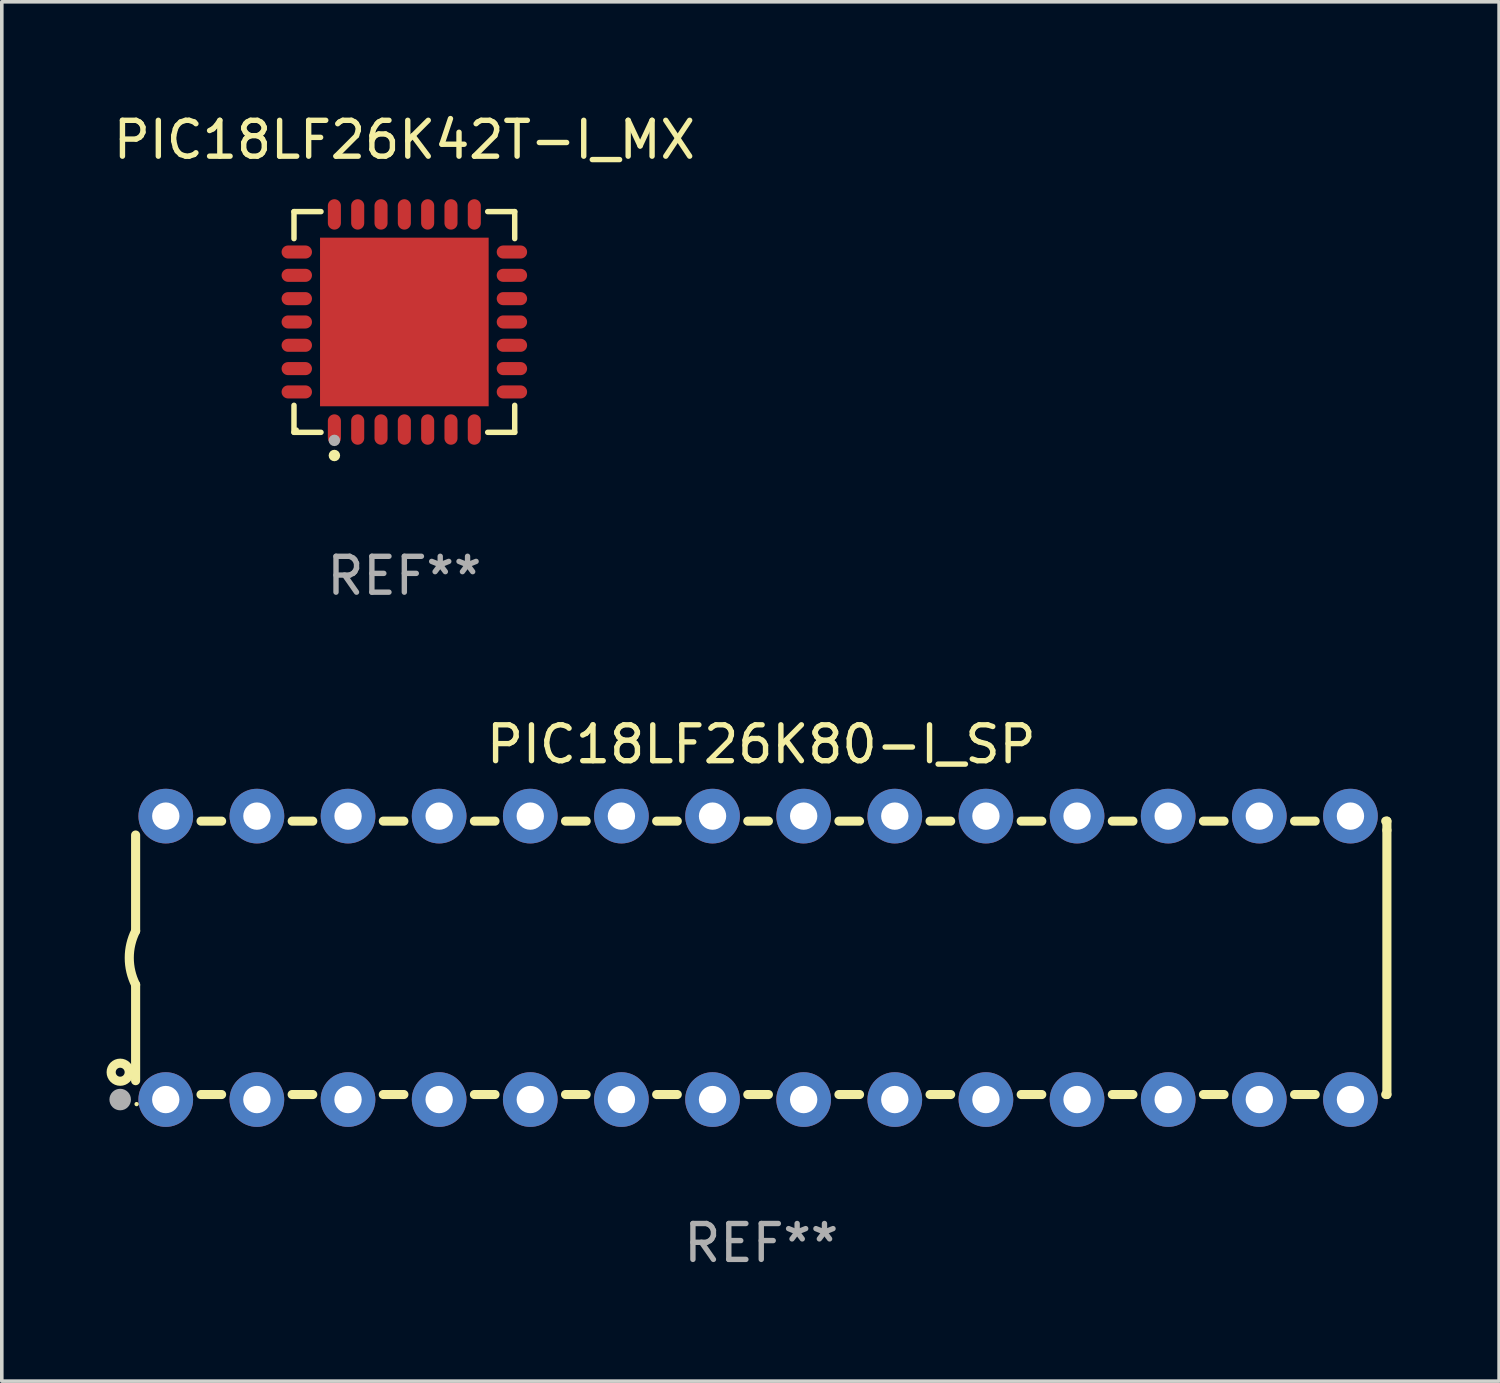
<source format=kicad_pcb>
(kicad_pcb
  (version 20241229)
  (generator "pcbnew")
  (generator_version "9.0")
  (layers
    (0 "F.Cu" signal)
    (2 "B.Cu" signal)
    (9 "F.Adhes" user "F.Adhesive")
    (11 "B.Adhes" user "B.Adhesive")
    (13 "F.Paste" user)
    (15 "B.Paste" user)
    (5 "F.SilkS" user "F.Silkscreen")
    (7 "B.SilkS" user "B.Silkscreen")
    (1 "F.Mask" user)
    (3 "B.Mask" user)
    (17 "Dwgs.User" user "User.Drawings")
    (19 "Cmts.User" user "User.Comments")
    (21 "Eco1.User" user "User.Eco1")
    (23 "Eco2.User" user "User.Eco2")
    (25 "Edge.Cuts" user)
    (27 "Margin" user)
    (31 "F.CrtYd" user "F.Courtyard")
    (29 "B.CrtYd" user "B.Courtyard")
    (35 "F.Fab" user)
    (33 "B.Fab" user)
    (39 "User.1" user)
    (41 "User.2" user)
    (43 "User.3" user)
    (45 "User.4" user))
  (footprint "PIC18LF26K42T-I_MX"
    (layer "F.Cu")
    (at 8.22 5.924)
    (property "Reference" "PIC18LF26K42T-I_MX" (at 0 -5.076 0) (layer "F.SilkS") (effects (font (size 1 1) (thickness 0.15))))
    (attr through_hole)
    (fp_line (start -3.076 -3.076) (end -2.323 -3.076) (stroke (width 0.152) (type solid)) (layer "F.SilkS"))
    (fp_line (start -3.076 -2.323) (end -3.076 -3.076) (stroke (width 0.152) (type solid)) (layer "F.SilkS"))
    (fp_line (start -3.076 2.323) (end -3.076 3.076) (stroke (width 0.152) (type solid)) (layer "F.SilkS"))
    (fp_line (start -3.076 3.076) (end -2.323 3.076) (stroke (width 0.152) (type solid)) (layer "F.SilkS"))
    (fp_line (start 3.076 -3.076) (end 2.323 -3.076) (stroke (width 0.152) (type solid)) (layer "F.SilkS"))
    (fp_line (start 3.076 -2.323) (end 3.076 -3.076) (stroke (width 0.152) (type solid)) (layer "F.SilkS"))
    (fp_line (start 3.076 2.323) (end 3.076 3.076) (stroke (width 0.152) (type solid)) (layer "F.SilkS"))
    (fp_line (start 3.076 3.076) (end 2.323 3.076) (stroke (width 0.152) (type solid)) (layer "F.SilkS"))
    (fp_circle (center -3 3) (end -2.97 3) (stroke (width 0.06) (type solid)) (fill no) (layer "F.SilkS"))
    (fp_circle (center -1.95 3.722) (end -1.87 3.722) (stroke (width 0.16) (type solid)) (fill no) (layer "F.SilkS"))
    (fp_circle (center -1.95 3.3) (end -1.87 3.3) (stroke (width 0.16) (type solid)) (fill no) (layer "F.Fab"))
    (fp_text user "REF**" (at 0 7.076 0) (layer "F.Fab") (effects (font (size 1 1) (thickness 0.15))))
    (pad "1" smd oval (at -1.95 2.998) (size 0.364 0.847) (layers "F.Cu" "F.Mask" "F.Paste"))
    (pad "2" smd oval (at -1.3 2.998) (size 0.364 0.847) (layers "F.Cu" "F.Mask" "F.Paste"))
    (pad "3" smd oval (at -0.65 2.998) (size 0.364 0.847) (layers "F.Cu" "F.Mask" "F.Paste"))
    (pad "4" smd oval (at 0 2.998) (size 0.364 0.847) (layers "F.Cu" "F.Mask" "F.Paste"))
    (pad "5" smd oval (at 0.65 2.998) (size 0.364 0.847) (layers "F.Cu" "F.Mask" "F.Paste"))
    (pad "6" smd oval (at 1.3 2.998) (size 0.364 0.847) (layers "F.Cu" "F.Mask" "F.Paste"))
    (pad "7" smd oval (at 1.95 2.998) (size 0.364 0.847) (layers "F.Cu" "F.Mask" "F.Paste"))
    (pad "8" smd oval (at 2.998 1.95) (size 0.847 0.364) (layers "F.Cu" "F.Mask" "F.Paste"))
    (pad "9" smd oval (at 2.998 1.3) (size 0.847 0.364) (layers "F.Cu" "F.Mask" "F.Paste"))
    (pad "10" smd oval (at 2.998 0.65) (size 0.847 0.364) (layers "F.Cu" "F.Mask" "F.Paste"))
    (pad "11" smd oval (at 2.998 0) (size 0.847 0.364) (layers "F.Cu" "F.Mask" "F.Paste"))
    (pad "12" smd oval (at 2.998 -0.65) (size 0.847 0.364) (layers "F.Cu" "F.Mask" "F.Paste"))
    (pad "13" smd oval (at 2.998 -1.3) (size 0.847 0.364) (layers "F.Cu" "F.Mask" "F.Paste"))
    (pad "14" smd oval (at 2.998 -1.95) (size 0.847 0.364) (layers "F.Cu" "F.Mask" "F.Paste"))
    (pad "15" smd oval (at 1.95 -2.998) (size 0.364 0.847) (layers "F.Cu" "F.Mask" "F.Paste"))
    (pad "16" smd oval (at 1.3 -2.998) (size 0.364 0.847) (layers "F.Cu" "F.Mask" "F.Paste"))
    (pad "17" smd oval (at 0.65 -2.998) (size 0.364 0.847) (layers "F.Cu" "F.Mask" "F.Paste"))
    (pad "18" smd oval (at 0 -2.998) (size 0.364 0.847) (layers "F.Cu" "F.Mask" "F.Paste"))
    (pad "19" smd oval (at -0.65 -2.998) (size 0.364 0.847) (layers "F.Cu" "F.Mask" "F.Paste"))
    (pad "20" smd oval (at -1.3 -2.998) (size 0.364 0.847) (layers "F.Cu" "F.Mask" "F.Paste"))
    (pad "21" smd oval (at -1.95 -2.998) (size 0.364 0.847) (layers "F.Cu" "F.Mask" "F.Paste"))
    (pad "22" smd oval (at -2.998 -1.95) (size 0.847 0.364) (layers "F.Cu" "F.Mask" "F.Paste"))
    (pad "23" smd oval (at -2.998 -1.3) (size 0.847 0.364) (layers "F.Cu" "F.Mask" "F.Paste"))
    (pad "24" smd oval (at -2.998 -0.65) (size 0.847 0.364) (layers "F.Cu" "F.Mask" "F.Paste"))
    (pad "25" smd oval (at -2.998 0) (size 0.847 0.364) (layers "F.Cu" "F.Mask" "F.Paste"))
    (pad "26" smd oval (at -2.998 0.65) (size 0.847 0.364) (layers "F.Cu" "F.Mask" "F.Paste"))
    (pad "27" smd oval (at -2.998 1.3) (size 0.847 0.364) (layers "F.Cu" "F.Mask" "F.Paste"))
    (pad "28" smd oval (at -2.998 1.95) (size 0.847 0.364) (layers "F.Cu" "F.Mask" "F.Paste"))
    (pad "29" smd rect (at 0 0) (size 4.7 4.7) (layers "F.Cu" "F.Mask" "F.Paste")))
  (footprint "PIC18LF26K80-I_SP"
    (layer "F.Cu")
    (at 18.168 23.647)
    (property "Reference" "PIC18LF26K80-I_SP" (at 0 -5.95 0) (layer "F.SilkS") (effects (font (size 1 1) (thickness 0.15))))
    (attr through_hole)
    (fp_line (start -17.438 0.75) (end -17.438 3.423) (stroke (width 0.254) (type solid)) (layer "F.SilkS"))
    (fp_line (start -17.438 -3.423) (end -17.438 -0.75) (stroke (width 0.254) (type solid)) (layer "F.SilkS"))
    (fp_line (start -15.615 3.81) (end -15.041 3.81) (stroke (width 0.254) (type solid)) (layer "F.SilkS"))
    (fp_line (start -15.041 -3.81) (end -15.614 -3.81) (stroke (width 0.254) (type solid)) (layer "F.SilkS"))
    (fp_line (start -13.075 3.81) (end -12.501 3.81) (stroke (width 0.254) (type solid)) (layer "F.SilkS"))
    (fp_line (start -12.501 -3.81) (end -13.074 -3.81) (stroke (width 0.254) (type solid)) (layer "F.SilkS"))
    (fp_line (start -10.535 3.81) (end -9.961 3.81) (stroke (width 0.254) (type solid)) (layer "F.SilkS"))
    (fp_line (start -9.961 -3.81) (end -10.534 -3.81) (stroke (width 0.254) (type solid)) (layer "F.SilkS"))
    (fp_line (start -7.995 3.81) (end -7.421 3.81) (stroke (width 0.254) (type solid)) (layer "F.SilkS"))
    (fp_line (start -7.421 -3.81) (end -7.995 -3.81) (stroke (width 0.254) (type solid)) (layer "F.SilkS"))
    (fp_line (start -5.455 3.81) (end -4.881 3.81) (stroke (width 0.254) (type solid)) (layer "F.SilkS"))
    (fp_line (start -4.881 -3.81) (end -5.455 -3.81) (stroke (width 0.254) (type solid)) (layer "F.SilkS"))
    (fp_line (start -2.915 3.81) (end -2.341 3.81) (stroke (width 0.254) (type solid)) (layer "F.SilkS"))
    (fp_line (start -2.341 -3.81) (end -2.915 -3.81) (stroke (width 0.254) (type solid)) (layer "F.SilkS"))
    (fp_line (start -0.375 3.81) (end 0.199 3.81) (stroke (width 0.254) (type solid)) (layer "F.SilkS"))
    (fp_line (start 0.199 -3.81) (end -0.375 -3.81) (stroke (width 0.254) (type solid)) (layer "F.SilkS"))
    (fp_line (start 2.165 3.81) (end 2.739 3.81) (stroke (width 0.254) (type solid)) (layer "F.SilkS"))
    (fp_line (start 2.739 -3.81) (end 2.165 -3.81) (stroke (width 0.254) (type solid)) (layer "F.SilkS"))
    (fp_line (start 4.705 3.81) (end 5.279 3.81) (stroke (width 0.254) (type solid)) (layer "F.SilkS"))
    (fp_line (start 5.279 -3.81) (end 4.705 -3.81) (stroke (width 0.254) (type solid)) (layer "F.SilkS"))
    (fp_line (start 7.245 3.81) (end 7.819 3.81) (stroke (width 0.254) (type solid)) (layer "F.SilkS"))
    (fp_line (start 7.819 -3.81) (end 7.245 -3.81) (stroke (width 0.254) (type solid)) (layer "F.SilkS"))
    (fp_line (start 9.785 3.81) (end 10.359 3.81) (stroke (width 0.254) (type solid)) (layer "F.SilkS"))
    (fp_line (start 10.359 -3.81) (end 9.785 -3.81) (stroke (width 0.254) (type solid)) (layer "F.SilkS"))
    (fp_line (start 12.325 3.81) (end 12.899 3.81) (stroke (width 0.254) (type solid)) (layer "F.SilkS"))
    (fp_line (start 12.899 -3.81) (end 12.325 -3.81) (stroke (width 0.254) (type solid)) (layer "F.SilkS"))
    (fp_line (start 14.865 3.81) (end 15.439 3.81) (stroke (width 0.254) (type solid)) (layer "F.SilkS"))
    (fp_line (start 15.439 -3.81) (end 14.865 -3.81) (stroke (width 0.254) (type solid)) (layer "F.SilkS"))
    (fp_line (start 17.405 3.81) (end 17.438 3.81) (stroke (width 0.254) (type solid)) (layer "F.SilkS"))
    (fp_line (start 17.438 -3.81) (end 17.405 -3.81) (stroke (width 0.254) (type solid)) (layer "F.SilkS"))
    (fp_line (start 17.438 -3.556) (end 17.438 -3.81) (stroke (width 0.254) (type solid)) (layer "F.SilkS"))
    (fp_line (start 17.438 3.81) (end 17.438 -3.556) (stroke (width 0.254) (type solid)) (layer "F.SilkS"))
    (fp_arc (start -17.437986 0.749657) (mid -17.614887 -0.000024) (end -17.437783 -0.749657) (stroke (width 0.254001) (type solid)) (layer "F.SilkS"))
    (fp_circle (center -17.868 3.188) (end -17.743 3.188) (stroke (width 0.254) (type solid)) (fill no) (layer "F.SilkS"))
    (fp_circle (center -17.411 4.077) (end -17.381 4.077) (stroke (width 0.06) (type solid)) (fill no) (layer "F.SilkS"))
    (fp_circle (center -17.868 3.95) (end -17.718 3.95) (stroke (width 0.3) (type solid)) (fill no) (layer "F.Fab"))
    (fp_text user "REF**" (at 0 7.95 0) (layer "F.Fab") (effects (font (size 1 1) (thickness 0.15))))
    (pad "1" thru_hole circle (at -16.598 3.95) (size 1.524 1.524) (drill 0.762) (layers "*.Cu" "*.Mask"))
    (pad "2" thru_hole circle (at -14.058 3.95) (size 1.524 1.524) (drill 0.762) (layers "*.Cu" "*.Mask"))
    (pad "3" thru_hole circle (at -11.518 3.95) (size 1.524 1.524) (drill 0.762) (layers "*.Cu" "*.Mask"))
    (pad "4" thru_hole circle (at -8.978 3.95) (size 1.524 1.524) (drill 0.762) (layers "*.Cu" "*.Mask"))
    (pad "5" thru_hole circle (at -6.438 3.95) (size 1.524 1.524) (drill 0.762) (layers "*.Cu" "*.Mask"))
    (pad "6" thru_hole circle (at -3.898 3.95) (size 1.524 1.524) (drill 0.762) (layers "*.Cu" "*.Mask"))
    (pad "7" thru_hole circle (at -1.358 3.95) (size 1.524 1.524) (drill 0.762) (layers "*.Cu" "*.Mask"))
    (pad "8" thru_hole circle (at 1.182 3.95) (size 1.524 1.524) (drill 0.762) (layers "*.Cu" "*.Mask"))
    (pad "9" thru_hole circle (at 3.722 3.95) (size 1.524 1.524) (drill 0.762) (layers "*.Cu" "*.Mask"))
    (pad "10" thru_hole circle (at 6.262 3.95) (size 1.524 1.524) (drill 0.762) (layers "*.Cu" "*.Mask"))
    (pad "11" thru_hole circle (at 8.802 3.95) (size 1.524 1.524) (drill 0.762) (layers "*.Cu" "*.Mask"))
    (pad "12" thru_hole circle (at 11.342 3.95) (size 1.524 1.524) (drill 0.762) (layers "*.Cu" "*.Mask"))
    (pad "13" thru_hole circle (at 13.882 3.95) (size 1.524 1.524) (drill 0.762) (layers "*.Cu" "*.Mask"))
    (pad "14" thru_hole circle (at 16.422 3.95) (size 1.524 1.524) (drill 0.762) (layers "*.Cu" "*.Mask"))
    (pad "15" thru_hole circle (at 16.422 -3.95) (size 1.524 1.524) (drill 0.762) (layers "*.Cu" "*.Mask"))
    (pad "16" thru_hole circle (at 13.882 -3.95) (size 1.524 1.524) (drill 0.762) (layers "*.Cu" "*.Mask"))
    (pad "17" thru_hole circle (at 11.342 -3.95) (size 1.524 1.524) (drill 0.762) (layers "*.Cu" "*.Mask"))
    (pad "18" thru_hole circle (at 8.802 -3.95) (size 1.524 1.524) (drill 0.762) (layers "*.Cu" "*.Mask"))
    (pad "19" thru_hole circle (at 6.262 -3.95) (size 1.524 1.524) (drill 0.762) (layers "*.Cu" "*.Mask"))
    (pad "20" thru_hole circle (at 3.722 -3.95) (size 1.524 1.524) (drill 0.762) (layers "*.Cu" "*.Mask"))
    (pad "21" thru_hole circle (at 1.182 -3.95) (size 1.524 1.524) (drill 0.762) (layers "*.Cu" "*.Mask"))
    (pad "22" thru_hole circle (at -1.358 -3.95) (size 1.524 1.524) (drill 0.762) (layers "*.Cu" "*.Mask"))
    (pad "23" thru_hole circle (at -3.898 -3.95) (size 1.524 1.524) (drill 0.762) (layers "*.Cu" "*.Mask"))
    (pad "24" thru_hole circle (at -6.438 -3.95) (size 1.524 1.524) (drill 0.762) (layers "*.Cu" "*.Mask"))
    (pad "25" thru_hole circle (at -8.978 -3.95) (size 1.524 1.524) (drill 0.762) (layers "*.Cu" "*.Mask"))
    (pad "26" thru_hole circle (at -11.517 -3.95) (size 1.524 1.524) (drill 0.762) (layers "*.Cu" "*.Mask"))
    (pad "27" thru_hole circle (at -14.057 -3.95) (size 1.524 1.524) (drill 0.762) (layers "*.Cu" "*.Mask"))
    (pad "28" thru_hole circle (at -16.597 -3.95) (size 1.524 1.524) (drill 0.762) (layers "*.Cu" "*.Mask")))
  (gr_rect
    (start -3 -3)
    (end 38.733 35.445)
    (stroke (width 0.1) (type default))
    (fill no)
    (layer "Edge.Cuts")))
</source>
